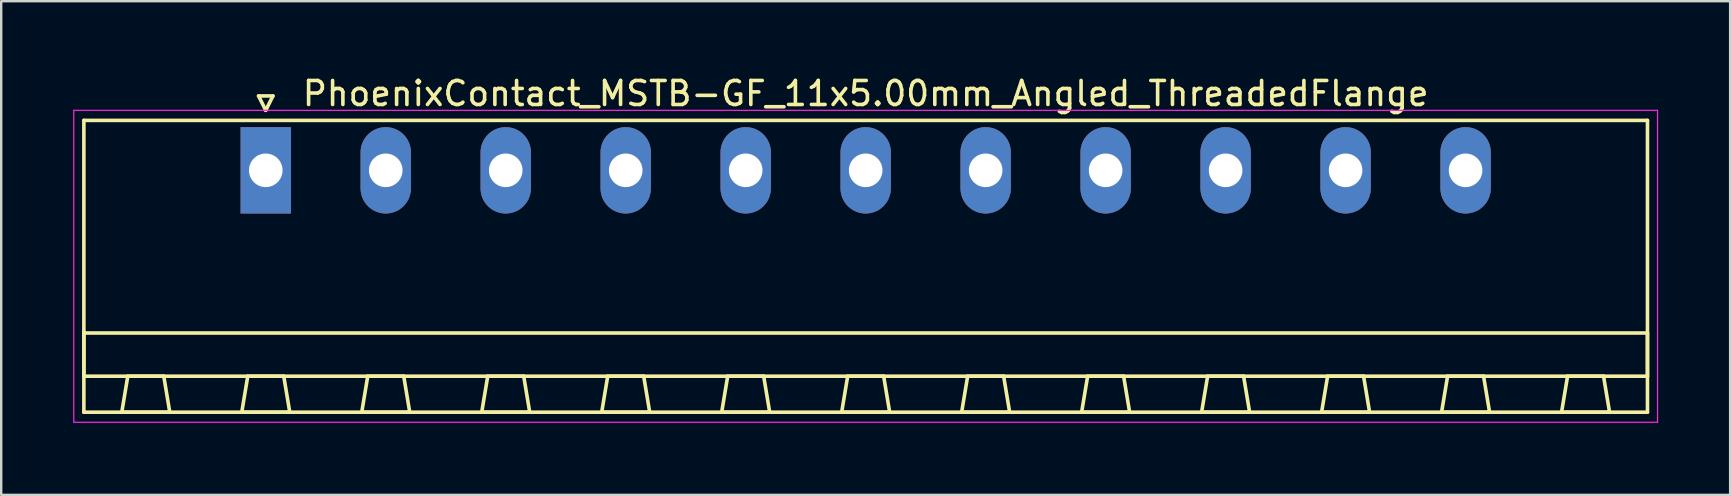
<source format=kicad_pcb>
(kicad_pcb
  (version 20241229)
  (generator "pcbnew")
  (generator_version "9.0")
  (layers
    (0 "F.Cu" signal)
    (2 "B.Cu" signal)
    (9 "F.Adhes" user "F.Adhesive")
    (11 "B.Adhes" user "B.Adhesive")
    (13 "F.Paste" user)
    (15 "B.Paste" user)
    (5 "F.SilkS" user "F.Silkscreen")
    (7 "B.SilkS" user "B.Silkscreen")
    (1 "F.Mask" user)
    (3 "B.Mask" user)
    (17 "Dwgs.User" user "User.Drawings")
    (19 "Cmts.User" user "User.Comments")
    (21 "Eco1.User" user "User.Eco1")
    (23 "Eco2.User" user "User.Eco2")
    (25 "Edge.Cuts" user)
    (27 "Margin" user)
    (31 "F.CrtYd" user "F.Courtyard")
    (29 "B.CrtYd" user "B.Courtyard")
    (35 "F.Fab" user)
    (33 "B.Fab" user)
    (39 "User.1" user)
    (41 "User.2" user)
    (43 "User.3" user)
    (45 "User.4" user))
  (footprint "PhoenixContact_MSTB-GF_11x5.00mm_Angled_ThreadedFlange"
    (layer "F.Cu")
    (at 8.025 4.048)
    (property "Reference" "PhoenixContact_MSTB-GF_11x5.00mm_Angled_ThreadedFlange" (at 25 -3.2 0) (layer "F.SilkS") (effects (font (size 1 1) (thickness 0.15))))
    (attr through_hole)
    (fp_line (start -7.58 -2.08) (end -7.58 10.08) (stroke (width 0.15) (type solid)) (layer "F.SilkS"))
    (fp_line (start -7.58 6.78) (end 57.58 6.78) (stroke (width 0.15) (type solid)) (layer "F.SilkS"))
    (fp_line (start -7.58 8.58) (end -7.58 6.78) (stroke (width 0.15) (type solid)) (layer "F.SilkS"))
    (fp_line (start -7.58 10.08) (end 57.58 10.08) (stroke (width 0.15) (type solid)) (layer "F.SilkS"))
    (fp_line (start -6 10.08) (end -4 10.08) (stroke (width 0.15) (type solid)) (layer "F.SilkS"))
    (fp_line (start -5.75 8.58) (end -6 10.08) (stroke (width 0.15) (type solid)) (layer "F.SilkS"))
    (fp_line (start -4.25 8.58) (end -5.75 8.58) (stroke (width 0.15) (type solid)) (layer "F.SilkS"))
    (fp_line (start -4 10.08) (end -4.25 8.58) (stroke (width 0.15) (type solid)) (layer "F.SilkS"))
    (fp_line (start -1 10.08) (end 1 10.08) (stroke (width 0.15) (type solid)) (layer "F.SilkS"))
    (fp_line (start -0.75 8.58) (end -1 10.08) (stroke (width 0.15) (type solid)) (layer "F.SilkS"))
    (fp_line (start -0.3 -3.1) (end 0 -2.5) (stroke (width 0.15) (type solid)) (layer "F.SilkS"))
    (fp_line (start 0 -2.5) (end 0.3 -3.1) (stroke (width 0.15) (type solid)) (layer "F.SilkS"))
    (fp_line (start 0.3 -3.1) (end -0.3 -3.1) (stroke (width 0.15) (type solid)) (layer "F.SilkS"))
    (fp_line (start 0.75 8.58) (end -0.75 8.58) (stroke (width 0.15) (type solid)) (layer "F.SilkS"))
    (fp_line (start 1 10.08) (end 0.75 8.58) (stroke (width 0.15) (type solid)) (layer "F.SilkS"))
    (fp_line (start 4 10.08) (end 6 10.08) (stroke (width 0.15) (type solid)) (layer "F.SilkS"))
    (fp_line (start 4.25 8.58) (end 4 10.08) (stroke (width 0.15) (type solid)) (layer "F.SilkS"))
    (fp_line (start 5.75 8.58) (end 4.25 8.58) (stroke (width 0.15) (type solid)) (layer "F.SilkS"))
    (fp_line (start 6 10.08) (end 5.75 8.58) (stroke (width 0.15) (type solid)) (layer "F.SilkS"))
    (fp_line (start 9 10.08) (end 11 10.08) (stroke (width 0.15) (type solid)) (layer "F.SilkS"))
    (fp_line (start 9.25 8.58) (end 9 10.08) (stroke (width 0.15) (type solid)) (layer "F.SilkS"))
    (fp_line (start 10.75 8.58) (end 9.25 8.58) (stroke (width 0.15) (type solid)) (layer "F.SilkS"))
    (fp_line (start 11 10.08) (end 10.75 8.58) (stroke (width 0.15) (type solid)) (layer "F.SilkS"))
    (fp_line (start 14 10.08) (end 16 10.08) (stroke (width 0.15) (type solid)) (layer "F.SilkS"))
    (fp_line (start 14.25 8.58) (end 14 10.08) (stroke (width 0.15) (type solid)) (layer "F.SilkS"))
    (fp_line (start 15.75 8.58) (end 14.25 8.58) (stroke (width 0.15) (type solid)) (layer "F.SilkS"))
    (fp_line (start 16 10.08) (end 15.75 8.58) (stroke (width 0.15) (type solid)) (layer "F.SilkS"))
    (fp_line (start 19 10.08) (end 21 10.08) (stroke (width 0.15) (type solid)) (layer "F.SilkS"))
    (fp_line (start 19.25 8.58) (end 19 10.08) (stroke (width 0.15) (type solid)) (layer "F.SilkS"))
    (fp_line (start 20.75 8.58) (end 19.25 8.58) (stroke (width 0.15) (type solid)) (layer "F.SilkS"))
    (fp_line (start 21 10.08) (end 20.75 8.58) (stroke (width 0.15) (type solid)) (layer "F.SilkS"))
    (fp_line (start 24 10.08) (end 26 10.08) (stroke (width 0.15) (type solid)) (layer "F.SilkS"))
    (fp_line (start 24.25 8.58) (end 24 10.08) (stroke (width 0.15) (type solid)) (layer "F.SilkS"))
    (fp_line (start 25.75 8.58) (end 24.25 8.58) (stroke (width 0.15) (type solid)) (layer "F.SilkS"))
    (fp_line (start 26 10.08) (end 25.75 8.58) (stroke (width 0.15) (type solid)) (layer "F.SilkS"))
    (fp_line (start 29 10.08) (end 31 10.08) (stroke (width 0.15) (type solid)) (layer "F.SilkS"))
    (fp_line (start 29.25 8.58) (end 29 10.08) (stroke (width 0.15) (type solid)) (layer "F.SilkS"))
    (fp_line (start 30.75 8.58) (end 29.25 8.58) (stroke (width 0.15) (type solid)) (layer "F.SilkS"))
    (fp_line (start 31 10.08) (end 30.75 8.58) (stroke (width 0.15) (type solid)) (layer "F.SilkS"))
    (fp_line (start 34 10.08) (end 36 10.08) (stroke (width 0.15) (type solid)) (layer "F.SilkS"))
    (fp_line (start 34.25 8.58) (end 34 10.08) (stroke (width 0.15) (type solid)) (layer "F.SilkS"))
    (fp_line (start 35.75 8.58) (end 34.25 8.58) (stroke (width 0.15) (type solid)) (layer "F.SilkS"))
    (fp_line (start 36 10.08) (end 35.75 8.58) (stroke (width 0.15) (type solid)) (layer "F.SilkS"))
    (fp_line (start 39 10.08) (end 41 10.08) (stroke (width 0.15) (type solid)) (layer "F.SilkS"))
    (fp_line (start 39.25 8.58) (end 39 10.08) (stroke (width 0.15) (type solid)) (layer "F.SilkS"))
    (fp_line (start 40.75 8.58) (end 39.25 8.58) (stroke (width 0.15) (type solid)) (layer "F.SilkS"))
    (fp_line (start 41 10.08) (end 40.75 8.58) (stroke (width 0.15) (type solid)) (layer "F.SilkS"))
    (fp_line (start 44 10.08) (end 46 10.08) (stroke (width 0.15) (type solid)) (layer "F.SilkS"))
    (fp_line (start 44.25 8.58) (end 44 10.08) (stroke (width 0.15) (type solid)) (layer "F.SilkS"))
    (fp_line (start 45.75 8.58) (end 44.25 8.58) (stroke (width 0.15) (type solid)) (layer "F.SilkS"))
    (fp_line (start 46 10.08) (end 45.75 8.58) (stroke (width 0.15) (type solid)) (layer "F.SilkS"))
    (fp_line (start 49 10.08) (end 51 10.08) (stroke (width 0.15) (type solid)) (layer "F.SilkS"))
    (fp_line (start 49.25 8.58) (end 49 10.08) (stroke (width 0.15) (type solid)) (layer "F.SilkS"))
    (fp_line (start 50.75 8.58) (end 49.25 8.58) (stroke (width 0.15) (type solid)) (layer "F.SilkS"))
    (fp_line (start 51 10.08) (end 50.75 8.58) (stroke (width 0.15) (type solid)) (layer "F.SilkS"))
    (fp_line (start 54 10.08) (end 56 10.08) (stroke (width 0.15) (type solid)) (layer "F.SilkS"))
    (fp_line (start 54.25 8.58) (end 54 10.08) (stroke (width 0.15) (type solid)) (layer "F.SilkS"))
    (fp_line (start 55.75 8.58) (end 54.25 8.58) (stroke (width 0.15) (type solid)) (layer "F.SilkS"))
    (fp_line (start 56 10.08) (end 55.75 8.58) (stroke (width 0.15) (type solid)) (layer "F.SilkS"))
    (fp_line (start 57.58 -2.08) (end -7.58 -2.08) (stroke (width 0.15) (type solid)) (layer "F.SilkS"))
    (fp_line (start 57.58 6.78) (end 57.58 8.58) (stroke (width 0.15) (type solid)) (layer "F.SilkS"))
    (fp_line (start 57.58 8.58) (end -7.58 8.58) (stroke (width 0.15) (type solid)) (layer "F.SilkS"))
    (fp_line (start 57.58 10.08) (end 57.58 -2.08) (stroke (width 0.15) (type solid)) (layer "F.SilkS"))
    (fp_line (start -8 -2.5) (end -8 10.5) (stroke (width 0.05) (type solid)) (layer "F.CrtYd"))
    (fp_line (start -8 10.5) (end 58 10.5) (stroke (width 0.05) (type solid)) (layer "F.CrtYd"))
    (fp_line (start 58 -2.5) (end -8 -2.5) (stroke (width 0.05) (type solid)) (layer "F.CrtYd"))
    (fp_line (start 58 10.5) (end 58 -2.5) (stroke (width 0.05) (type solid)) (layer "F.CrtYd"))
    (pad "1" thru_hole rect (at 0 0) (size 2.1 3.6) (drill 1.4) (layers "*.Cu" "*.Mask"))
    (pad "2" thru_hole oval (at 5 0) (size 2.1 3.6) (drill 1.4) (layers "*.Cu" "*.Mask"))
    (pad "3" thru_hole oval (at 10 0) (size 2.1 3.6) (drill 1.4) (layers "*.Cu" "*.Mask"))
    (pad "4" thru_hole oval (at 15 0) (size 2.1 3.6) (drill 1.4) (layers "*.Cu" "*.Mask"))
    (pad "5" thru_hole oval (at 20 0) (size 2.1 3.6) (drill 1.4) (layers "*.Cu" "*.Mask"))
    (pad "6" thru_hole oval (at 25 0) (size 2.1 3.6) (drill 1.4) (layers "*.Cu" "*.Mask"))
    (pad "7" thru_hole oval (at 30 0) (size 2.1 3.6) (drill 1.4) (layers "*.Cu" "*.Mask"))
    (pad "8" thru_hole oval (at 35 0) (size 2.1 3.6) (drill 1.4) (layers "*.Cu" "*.Mask"))
    (pad "9" thru_hole oval (at 40 0) (size 2.1 3.6) (drill 1.4) (layers "*.Cu" "*.Mask"))
    (pad "10" thru_hole oval (at 45 0) (size 2.1 3.6) (drill 1.4) (layers "*.Cu" "*.Mask"))
    (pad "11" thru_hole oval (at 50 0) (size 2.1 3.6) (drill 1.4) (layers "*.Cu" "*.Mask")))
  (gr_rect
    (start -3 -3)
    (end 69.05 17.573)
    (stroke (width 0.1) (type default))
    (fill no)
    (layer "Edge.Cuts")))
</source>
